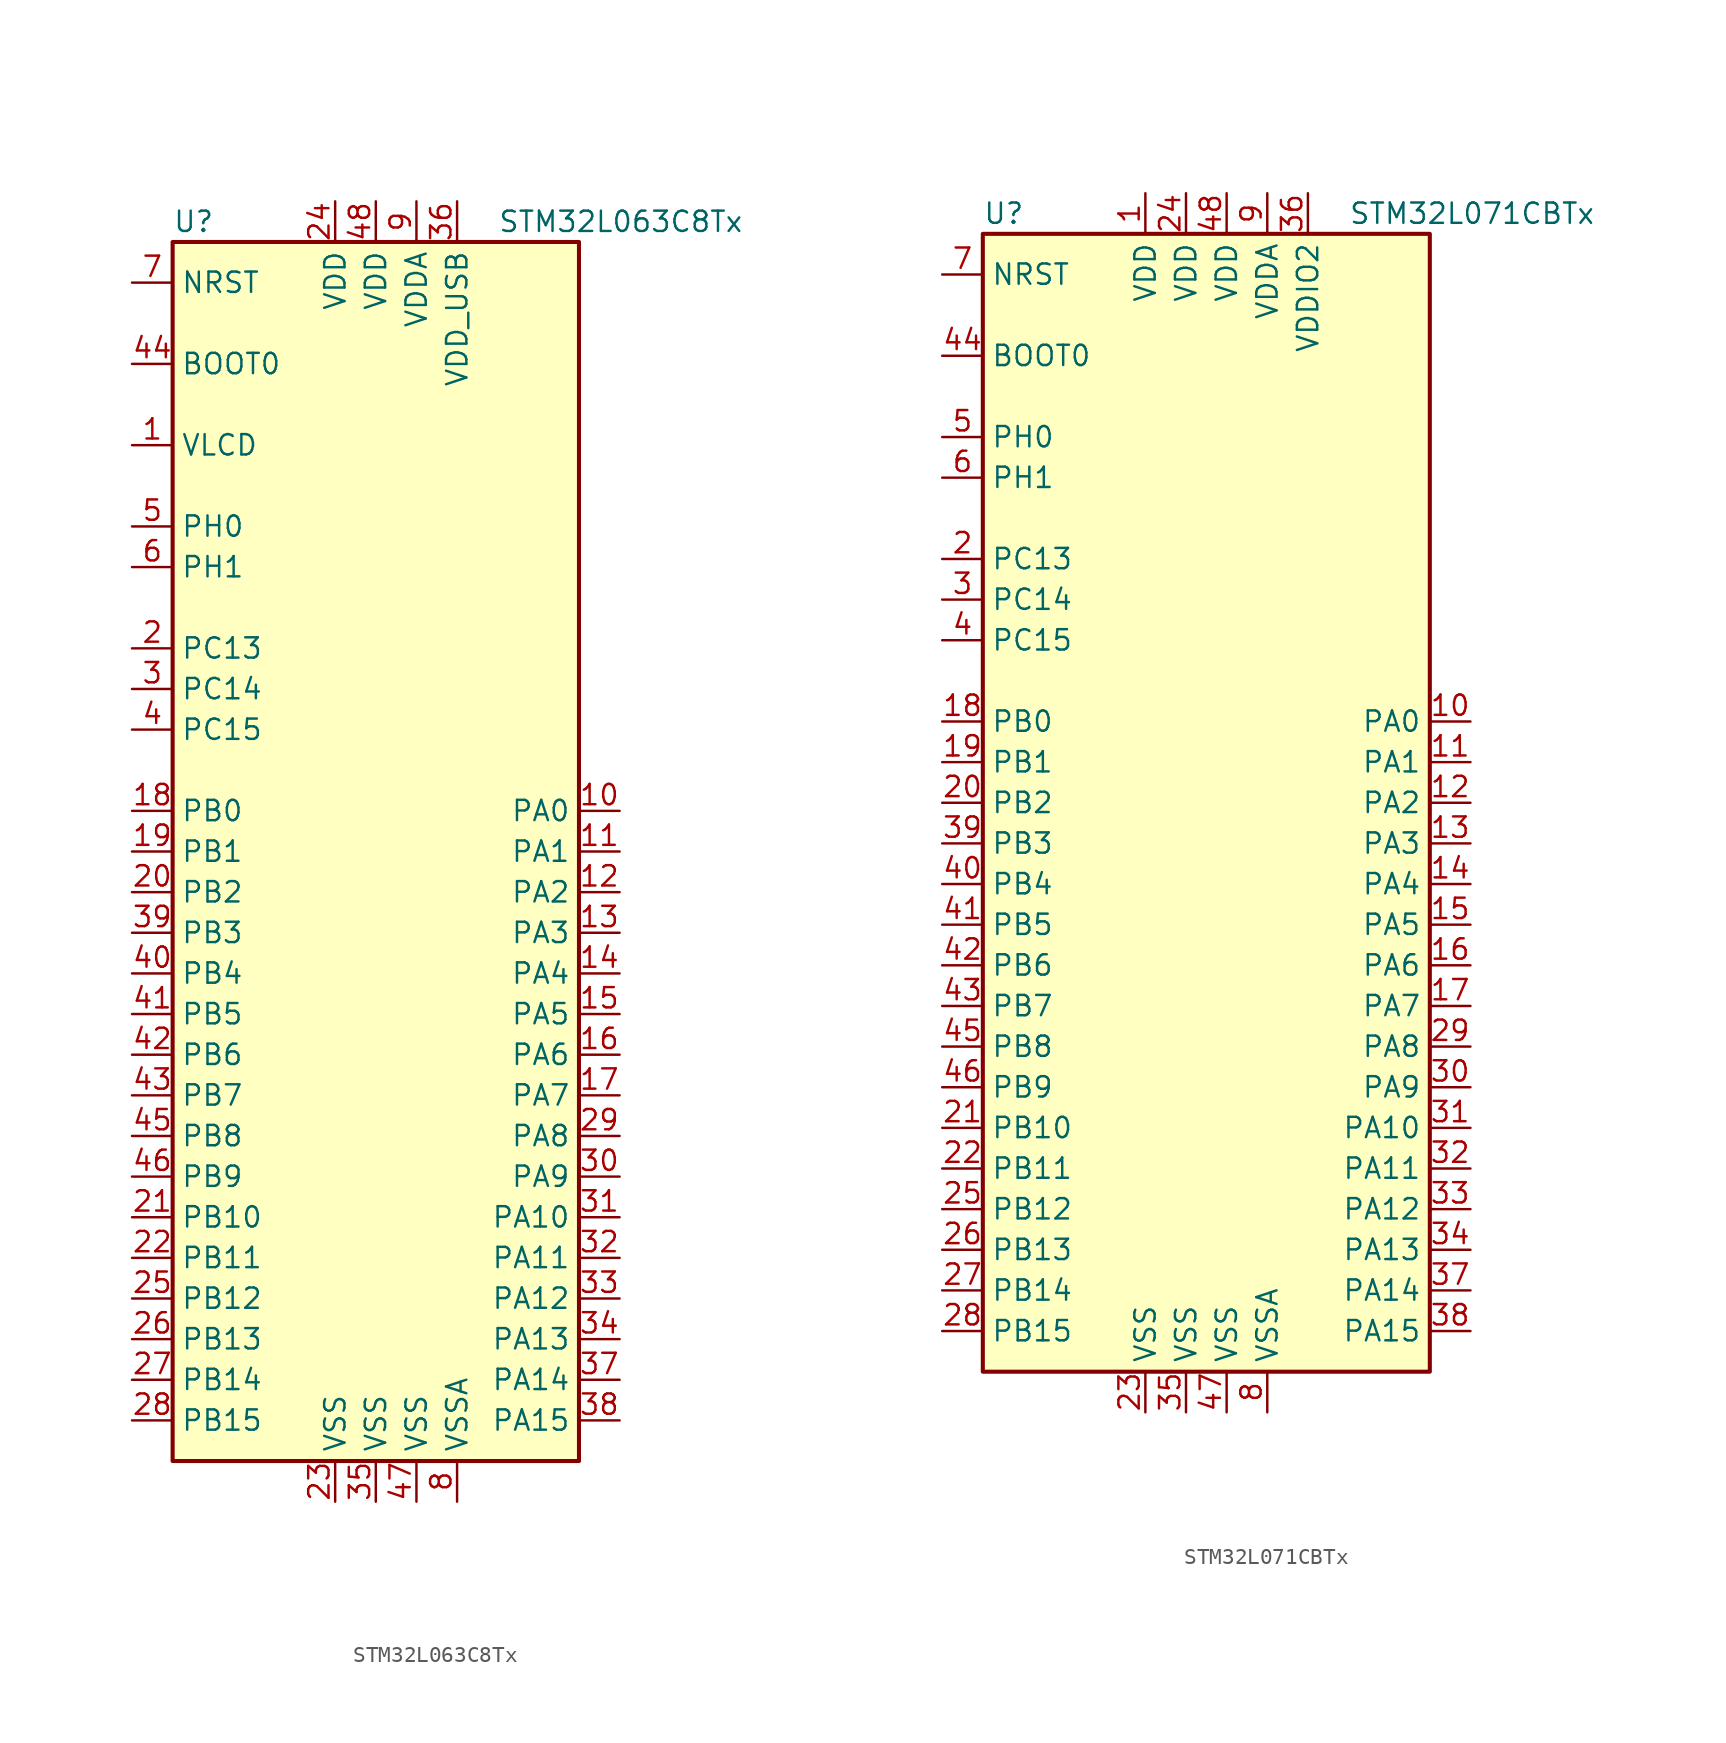
<source format=kicad_sym>
(kicad_symbol_lib
  (version 20201005)
  (generator kicad_symbol_editor)
  (symbol "STM32L063C8Tx"
    (property "Reference" "U"
      (at -12.7 39.37 0)
      (effects (font (size 1.27 1.27)) (justify left)))
    (property "Value" "STM32L063C8Tx"
      (at 7.62 39.37 0)
      (effects (font (size 1.27 1.27)) (justify left)))
    (symbol "STM32L063C8Tx_0_1"
      (rectangle (start -12.7 -38.1) (end 12.7 38.1) (stroke (width 0.254)) (fill (type background))))
    (symbol "STM32L063C8Tx_1_1"
      (pin power_in line (at -15.24 25.4 0) (length 2.54) (name "VLCD" (effects (font (size 1.27 1.27)))) (number "1" (effects (font (size 1.27 1.27)))))
      (pin bidirectional line (at 15.24 2.54 180) (length 2.54) (name "PA0" (effects (font (size 1.27 1.27)))) (number "10" (effects (font (size 1.27 1.27)))))
      (pin bidirectional line (at 15.24 0 180) (length 2.54) (name "PA1" (effects (font (size 1.27 1.27)))) (number "11" (effects (font (size 1.27 1.27)))))
      (pin bidirectional line (at 15.24 -2.54 180) (length 2.54) (name "PA2" (effects (font (size 1.27 1.27)))) (number "12" (effects (font (size 1.27 1.27)))))
      (pin bidirectional line (at 15.24 -5.08 180) (length 2.54) (name "PA3" (effects (font (size 1.27 1.27)))) (number "13" (effects (font (size 1.27 1.27)))))
      (pin bidirectional line (at 15.24 -7.62 180) (length 2.54) (name "PA4" (effects (font (size 1.27 1.27)))) (number "14" (effects (font (size 1.27 1.27)))))
      (pin bidirectional line (at 15.24 -10.16 180) (length 2.54) (name "PA5" (effects (font (size 1.27 1.27)))) (number "15" (effects (font (size 1.27 1.27)))))
      (pin bidirectional line (at 15.24 -12.7 180) (length 2.54) (name "PA6" (effects (font (size 1.27 1.27)))) (number "16" (effects (font (size 1.27 1.27)))))
      (pin bidirectional line (at 15.24 -15.24 180) (length 2.54) (name "PA7" (effects (font (size 1.27 1.27)))) (number "17" (effects (font (size 1.27 1.27)))))
      (pin bidirectional line (at -15.24 2.54 0) (length 2.54) (name "PB0" (effects (font (size 1.27 1.27)))) (number "18" (effects (font (size 1.27 1.27)))))
      (pin bidirectional line (at -15.24 0 0) (length 2.54) (name "PB1" (effects (font (size 1.27 1.27)))) (number "19" (effects (font (size 1.27 1.27)))))
      (pin bidirectional line (at -15.24 12.7 0) (length 2.54) (name "PC13" (effects (font (size 1.27 1.27)))) (number "2" (effects (font (size 1.27 1.27)))))
      (pin bidirectional line (at -15.24 -2.54 0) (length 2.54) (name "PB2" (effects (font (size 1.27 1.27)))) (number "20" (effects (font (size 1.27 1.27)))))
      (pin bidirectional line (at -15.24 -22.86 0) (length 2.54) (name "PB10" (effects (font (size 1.27 1.27)))) (number "21" (effects (font (size 1.27 1.27)))))
      (pin bidirectional line (at -15.24 -25.4 0) (length 2.54) (name "PB11" (effects (font (size 1.27 1.27)))) (number "22" (effects (font (size 1.27 1.27)))))
      (pin power_in line (at -2.54 -40.64 90) (length 2.54) (name "VSS" (effects (font (size 1.27 1.27)))) (number "23" (effects (font (size 1.27 1.27)))))
      (pin power_in line (at -2.54 40.64 270) (length 2.54) (name "VDD" (effects (font (size 1.27 1.27)))) (number "24" (effects (font (size 1.27 1.27)))))
      (pin bidirectional line (at -15.24 -27.94 0) (length 2.54) (name "PB12" (effects (font (size 1.27 1.27)))) (number "25" (effects (font (size 1.27 1.27)))))
      (pin bidirectional line (at -15.24 -30.48 0) (length 2.54) (name "PB13" (effects (font (size 1.27 1.27)))) (number "26" (effects (font (size 1.27 1.27)))))
      (pin bidirectional line (at -15.24 -33.02 0) (length 2.54) (name "PB14" (effects (font (size 1.27 1.27)))) (number "27" (effects (font (size 1.27 1.27)))))
      (pin bidirectional line (at -15.24 -35.56 0) (length 2.54) (name "PB15" (effects (font (size 1.27 1.27)))) (number "28" (effects (font (size 1.27 1.27)))))
      (pin bidirectional line (at 15.24 -17.78 180) (length 2.54) (name "PA8" (effects (font (size 1.27 1.27)))) (number "29" (effects (font (size 1.27 1.27)))))
      (pin bidirectional line (at -15.24 10.16 0) (length 2.54) (name "PC14" (effects (font (size 1.27 1.27)))) (number "3" (effects (font (size 1.27 1.27)))))
      (pin bidirectional line (at 15.24 -20.32 180) (length 2.54) (name "PA9" (effects (font (size 1.27 1.27)))) (number "30" (effects (font (size 1.27 1.27)))))
      (pin bidirectional line (at 15.24 -22.86 180) (length 2.54) (name "PA10" (effects (font (size 1.27 1.27)))) (number "31" (effects (font (size 1.27 1.27)))))
      (pin bidirectional line (at 15.24 -25.4 180) (length 2.54) (name "PA11" (effects (font (size 1.27 1.27)))) (number "32" (effects (font (size 1.27 1.27)))))
      (pin bidirectional line (at 15.24 -27.94 180) (length 2.54) (name "PA12" (effects (font (size 1.27 1.27)))) (number "33" (effects (font (size 1.27 1.27)))))
      (pin bidirectional line (at 15.24 -30.48 180) (length 2.54) (name "PA13" (effects (font (size 1.27 1.27)))) (number "34" (effects (font (size 1.27 1.27)))))
      (pin power_in line (at 0 -40.64 90) (length 2.54) (name "VSS" (effects (font (size 1.27 1.27)))) (number "35" (effects (font (size 1.27 1.27)))))
      (pin power_in line (at 5.08 40.64 270) (length 2.54) (name "VDD_USB" (effects (font (size 1.27 1.27)))) (number "36" (effects (font (size 1.27 1.27)))))
      (pin bidirectional line (at 15.24 -33.02 180) (length 2.54) (name "PA14" (effects (font (size 1.27 1.27)))) (number "37" (effects (font (size 1.27 1.27)))))
      (pin bidirectional line (at 15.24 -35.56 180) (length 2.54) (name "PA15" (effects (font (size 1.27 1.27)))) (number "38" (effects (font (size 1.27 1.27)))))
      (pin bidirectional line (at -15.24 -5.08 0) (length 2.54) (name "PB3" (effects (font (size 1.27 1.27)))) (number "39" (effects (font (size 1.27 1.27)))))
      (pin bidirectional line (at -15.24 7.62 0) (length 2.54) (name "PC15" (effects (font (size 1.27 1.27)))) (number "4" (effects (font (size 1.27 1.27)))))
      (pin bidirectional line (at -15.24 -7.62 0) (length 2.54) (name "PB4" (effects (font (size 1.27 1.27)))) (number "40" (effects (font (size 1.27 1.27)))))
      (pin bidirectional line (at -15.24 -10.16 0) (length 2.54) (name "PB5" (effects (font (size 1.27 1.27)))) (number "41" (effects (font (size 1.27 1.27)))))
      (pin bidirectional line (at -15.24 -12.7 0) (length 2.54) (name "PB6" (effects (font (size 1.27 1.27)))) (number "42" (effects (font (size 1.27 1.27)))))
      (pin bidirectional line (at -15.24 -15.24 0) (length 2.54) (name "PB7" (effects (font (size 1.27 1.27)))) (number "43" (effects (font (size 1.27 1.27)))))
      (pin input line (at -15.24 30.48 0) (length 2.54) (name "BOOT0" (effects (font (size 1.27 1.27)))) (number "44" (effects (font (size 1.27 1.27)))))
      (pin bidirectional line (at -15.24 -17.78 0) (length 2.54) (name "PB8" (effects (font (size 1.27 1.27)))) (number "45" (effects (font (size 1.27 1.27)))))
      (pin bidirectional line (at -15.24 -20.32 0) (length 2.54) (name "PB9" (effects (font (size 1.27 1.27)))) (number "46" (effects (font (size 1.27 1.27)))))
      (pin power_in line (at 2.54 -40.64 90) (length 2.54) (name "VSS" (effects (font (size 1.27 1.27)))) (number "47" (effects (font (size 1.27 1.27)))))
      (pin power_in line (at 0 40.64 270) (length 2.54) (name "VDD" (effects (font (size 1.27 1.27)))) (number "48" (effects (font (size 1.27 1.27)))))
      (pin input line (at -15.24 20.32 0) (length 2.54) (name "PH0" (effects (font (size 1.27 1.27)))) (number "5" (effects (font (size 1.27 1.27)))))
      (pin input line (at -15.24 17.78 0) (length 2.54) (name "PH1" (effects (font (size 1.27 1.27)))) (number "6" (effects (font (size 1.27 1.27)))))
      (pin input line (at -15.24 35.56 0) (length 2.54) (name "NRST" (effects (font (size 1.27 1.27)))) (number "7" (effects (font (size 1.27 1.27)))))
      (pin power_in line (at 5.08 -40.64 90) (length 2.54) (name "VSSA" (effects (font (size 1.27 1.27)))) (number "8" (effects (font (size 1.27 1.27)))))
      (pin power_in line (at 2.54 40.64 270) (length 2.54) (name "VDDA" (effects (font (size 1.27 1.27)))) (number "9" (effects (font (size 1.27 1.27)))))))
  (symbol "STM32L071CBTx"
    (property "Reference" "U"
      (at -15.24 36.83 0)
      (effects (font (size 1.27 1.27)) (justify left)))
    (property "Value" "STM32L071CBTx"
      (at 7.62 36.83 0)
      (effects (font (size 1.27 1.27)) (justify left)))
    (symbol "STM32L071CBTx_0_1"
      (rectangle (start -15.24 -35.56) (end 12.7 35.56) (stroke (width 0.254)) (fill (type background))))
    (symbol "STM32L071CBTx_1_1"
      (pin power_in line (at -5.08 38.1 270) (length 2.54) (name "VDD" (effects (font (size 1.27 1.27)))) (number "1" (effects (font (size 1.27 1.27)))))
      (pin bidirectional line (at 15.24 5.08 180) (length 2.54) (name "PA0" (effects (font (size 1.27 1.27)))) (number "10" (effects (font (size 1.27 1.27)))))
      (pin bidirectional line (at 15.24 2.54 180) (length 2.54) (name "PA1" (effects (font (size 1.27 1.27)))) (number "11" (effects (font (size 1.27 1.27)))))
      (pin bidirectional line (at 15.24 0 180) (length 2.54) (name "PA2" (effects (font (size 1.27 1.27)))) (number "12" (effects (font (size 1.27 1.27)))))
      (pin bidirectional line (at 15.24 -2.54 180) (length 2.54) (name "PA3" (effects (font (size 1.27 1.27)))) (number "13" (effects (font (size 1.27 1.27)))))
      (pin bidirectional line (at 15.24 -5.08 180) (length 2.54) (name "PA4" (effects (font (size 1.27 1.27)))) (number "14" (effects (font (size 1.27 1.27)))))
      (pin bidirectional line (at 15.24 -7.62 180) (length 2.54) (name "PA5" (effects (font (size 1.27 1.27)))) (number "15" (effects (font (size 1.27 1.27)))))
      (pin bidirectional line (at 15.24 -10.16 180) (length 2.54) (name "PA6" (effects (font (size 1.27 1.27)))) (number "16" (effects (font (size 1.27 1.27)))))
      (pin bidirectional line (at 15.24 -12.7 180) (length 2.54) (name "PA7" (effects (font (size 1.27 1.27)))) (number "17" (effects (font (size 1.27 1.27)))))
      (pin bidirectional line (at -17.78 5.08 0) (length 2.54) (name "PB0" (effects (font (size 1.27 1.27)))) (number "18" (effects (font (size 1.27 1.27)))))
      (pin bidirectional line (at -17.78 2.54 0) (length 2.54) (name "PB1" (effects (font (size 1.27 1.27)))) (number "19" (effects (font (size 1.27 1.27)))))
      (pin bidirectional line (at -17.78 15.24 0) (length 2.54) (name "PC13" (effects (font (size 1.27 1.27)))) (number "2" (effects (font (size 1.27 1.27)))))
      (pin bidirectional line (at -17.78 0 0) (length 2.54) (name "PB2" (effects (font (size 1.27 1.27)))) (number "20" (effects (font (size 1.27 1.27)))))
      (pin bidirectional line (at -17.78 -20.32 0) (length 2.54) (name "PB10" (effects (font (size 1.27 1.27)))) (number "21" (effects (font (size 1.27 1.27)))))
      (pin bidirectional line (at -17.78 -22.86 0) (length 2.54) (name "PB11" (effects (font (size 1.27 1.27)))) (number "22" (effects (font (size 1.27 1.27)))))
      (pin power_in line (at -5.08 -38.1 90) (length 2.54) (name "VSS" (effects (font (size 1.27 1.27)))) (number "23" (effects (font (size 1.27 1.27)))))
      (pin power_in line (at -2.54 38.1 270) (length 2.54) (name "VDD" (effects (font (size 1.27 1.27)))) (number "24" (effects (font (size 1.27 1.27)))))
      (pin bidirectional line (at -17.78 -25.4 0) (length 2.54) (name "PB12" (effects (font (size 1.27 1.27)))) (number "25" (effects (font (size 1.27 1.27)))))
      (pin bidirectional line (at -17.78 -27.94 0) (length 2.54) (name "PB13" (effects (font (size 1.27 1.27)))) (number "26" (effects (font (size 1.27 1.27)))))
      (pin bidirectional line (at -17.78 -30.48 0) (length 2.54) (name "PB14" (effects (font (size 1.27 1.27)))) (number "27" (effects (font (size 1.27 1.27)))))
      (pin bidirectional line (at -17.78 -33.02 0) (length 2.54) (name "PB15" (effects (font (size 1.27 1.27)))) (number "28" (effects (font (size 1.27 1.27)))))
      (pin bidirectional line (at 15.24 -15.24 180) (length 2.54) (name "PA8" (effects (font (size 1.27 1.27)))) (number "29" (effects (font (size 1.27 1.27)))))
      (pin bidirectional line (at -17.78 12.7 0) (length 2.54) (name "PC14" (effects (font (size 1.27 1.27)))) (number "3" (effects (font (size 1.27 1.27)))))
      (pin bidirectional line (at 15.24 -17.78 180) (length 2.54) (name "PA9" (effects (font (size 1.27 1.27)))) (number "30" (effects (font (size 1.27 1.27)))))
      (pin bidirectional line (at 15.24 -20.32 180) (length 2.54) (name "PA10" (effects (font (size 1.27 1.27)))) (number "31" (effects (font (size 1.27 1.27)))))
      (pin bidirectional line (at 15.24 -22.86 180) (length 2.54) (name "PA11" (effects (font (size 1.27 1.27)))) (number "32" (effects (font (size 1.27 1.27)))))
      (pin bidirectional line (at 15.24 -25.4 180) (length 2.54) (name "PA12" (effects (font (size 1.27 1.27)))) (number "33" (effects (font (size 1.27 1.27)))))
      (pin bidirectional line (at 15.24 -27.94 180) (length 2.54) (name "PA13" (effects (font (size 1.27 1.27)))) (number "34" (effects (font (size 1.27 1.27)))))
      (pin power_in line (at -2.54 -38.1 90) (length 2.54) (name "VSS" (effects (font (size 1.27 1.27)))) (number "35" (effects (font (size 1.27 1.27)))))
      (pin power_in line (at 5.08 38.1 270) (length 2.54) (name "VDDIO2" (effects (font (size 1.27 1.27)))) (number "36" (effects (font (size 1.27 1.27)))))
      (pin bidirectional line (at 15.24 -30.48 180) (length 2.54) (name "PA14" (effects (font (size 1.27 1.27)))) (number "37" (effects (font (size 1.27 1.27)))))
      (pin bidirectional line (at 15.24 -33.02 180) (length 2.54) (name "PA15" (effects (font (size 1.27 1.27)))) (number "38" (effects (font (size 1.27 1.27)))))
      (pin bidirectional line (at -17.78 -2.54 0) (length 2.54) (name "PB3" (effects (font (size 1.27 1.27)))) (number "39" (effects (font (size 1.27 1.27)))))
      (pin bidirectional line (at -17.78 10.16 0) (length 2.54) (name "PC15" (effects (font (size 1.27 1.27)))) (number "4" (effects (font (size 1.27 1.27)))))
      (pin bidirectional line (at -17.78 -5.08 0) (length 2.54) (name "PB4" (effects (font (size 1.27 1.27)))) (number "40" (effects (font (size 1.27 1.27)))))
      (pin bidirectional line (at -17.78 -7.62 0) (length 2.54) (name "PB5" (effects (font (size 1.27 1.27)))) (number "41" (effects (font (size 1.27 1.27)))))
      (pin bidirectional line (at -17.78 -10.16 0) (length 2.54) (name "PB6" (effects (font (size 1.27 1.27)))) (number "42" (effects (font (size 1.27 1.27)))))
      (pin bidirectional line (at -17.78 -12.7 0) (length 2.54) (name "PB7" (effects (font (size 1.27 1.27)))) (number "43" (effects (font (size 1.27 1.27)))))
      (pin input line (at -17.78 27.94 0) (length 2.54) (name "BOOT0" (effects (font (size 1.27 1.27)))) (number "44" (effects (font (size 1.27 1.27)))))
      (pin bidirectional line (at -17.78 -15.24 0) (length 2.54) (name "PB8" (effects (font (size 1.27 1.27)))) (number "45" (effects (font (size 1.27 1.27)))))
      (pin bidirectional line (at -17.78 -17.78 0) (length 2.54) (name "PB9" (effects (font (size 1.27 1.27)))) (number "46" (effects (font (size 1.27 1.27)))))
      (pin power_in line (at 0 -38.1 90) (length 2.54) (name "VSS" (effects (font (size 1.27 1.27)))) (number "47" (effects (font (size 1.27 1.27)))))
      (pin power_in line (at 0 38.1 270) (length 2.54) (name "VDD" (effects (font (size 1.27 1.27)))) (number "48" (effects (font (size 1.27 1.27)))))
      (pin input line (at -17.78 22.86 0) (length 2.54) (name "PH0" (effects (font (size 1.27 1.27)))) (number "5" (effects (font (size 1.27 1.27)))))
      (pin input line (at -17.78 20.32 0) (length 2.54) (name "PH1" (effects (font (size 1.27 1.27)))) (number "6" (effects (font (size 1.27 1.27)))))
      (pin input line (at -17.78 33.02 0) (length 2.54) (name "NRST" (effects (font (size 1.27 1.27)))) (number "7" (effects (font (size 1.27 1.27)))))
      (pin power_in line (at 2.54 -38.1 90) (length 2.54) (name "VSSA" (effects (font (size 1.27 1.27)))) (number "8" (effects (font (size 1.27 1.27)))))
      (pin power_in line (at 2.54 38.1 270) (length 2.54) (name "VDDA" (effects (font (size 1.27 1.27)))) (number "9" (effects (font (size 1.27 1.27))))))))
</source>
